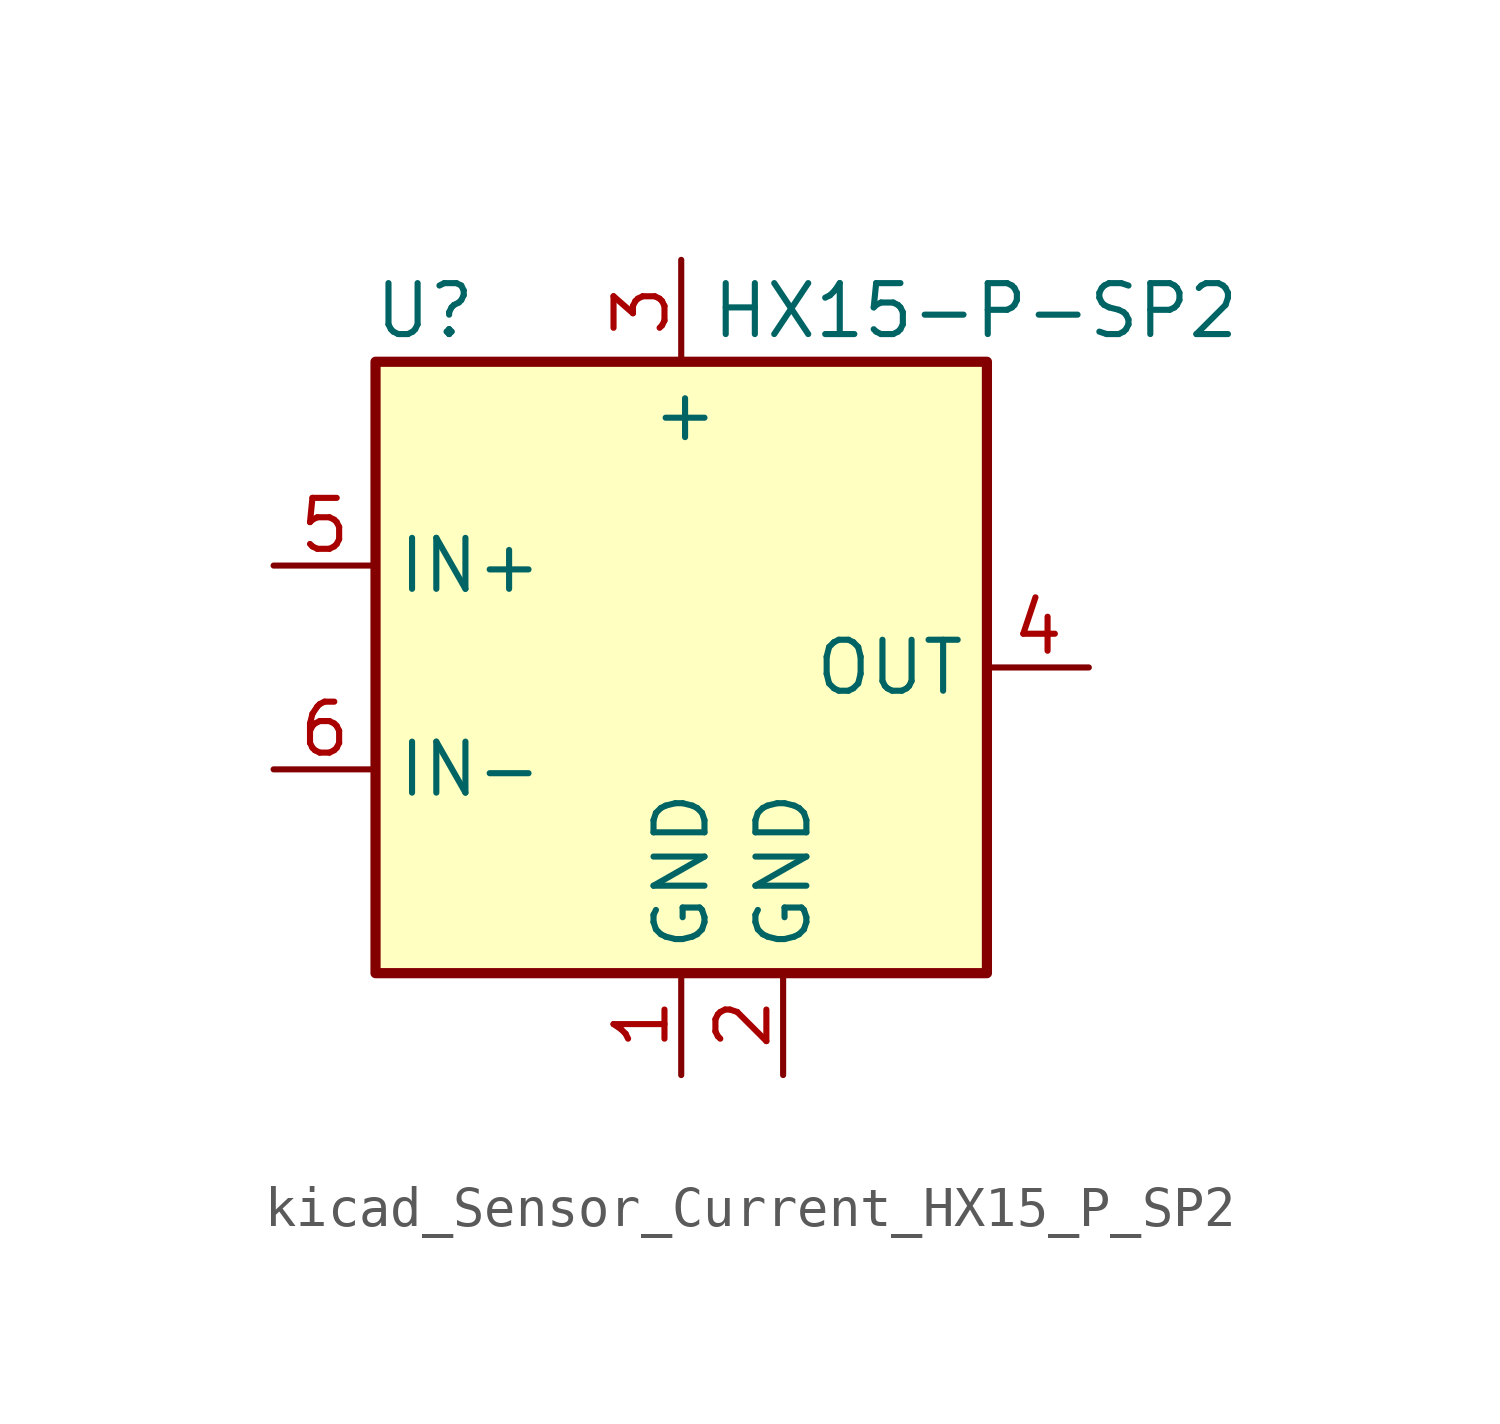
<source format=kicad_sym>
(kicad_symbol_lib
  (version 20220914)
  (generator kicad_symbol_editor)
  (symbol "kicad_Sensor_Current_HX15_P_SP2"
    (property "Reference" "U"
      (at -5.08 8.89 0)
      (effects (font (size 1.27 1.27)) (justify right)))
    (property "Value" "HX15-P-SP2"
      (at 13.97 8.89 0)
      (effects (font (size 1.27 1.27)) (justify right)))
    (symbol "kicad_Sensor_Current_HX15_P_SP2_0_1"
      (rectangle (start -7.62 7.62) (end 7.62 -7.62) (stroke (width 0.254) (type default)) (fill (type background))))
    (symbol "kicad_Sensor_Current_HX15_P_SP2_1_1"
      (pin power_in line (at 0 -10.16 90) (length 2.54) (name "GND" (effects (font (size 1.27 1.27)))) (number "1" (effects (font (size 1.27 1.27)))))
      (pin power_in line (at 2.54 -10.16 90) (length 2.54) (name "GND" (effects (font (size 1.27 1.27)))) (number "2" (effects (font (size 1.27 1.27)))))
      (pin power_in line (at 0 10.16 270) (length 2.54) (name "+" (effects (font (size 1.27 1.27)))) (number "3" (effects (font (size 1.27 1.27)))))
      (pin output line (at 10.16 0 180) (length 2.54) (name "OUT" (effects (font (size 1.27 1.27)))) (number "4" (effects (font (size 1.27 1.27)))))
      (pin passive line (at -10.16 2.54 0) (length 2.54) (name "IN+" (effects (font (size 1.27 1.27)))) (number "5" (effects (font (size 1.27 1.27)))))
      (pin passive line (at -10.16 -2.54 0) (length 2.54) (name "IN-" (effects (font (size 1.27 1.27)))) (number "6" (effects (font (size 1.27 1.27))))))))
</source>
